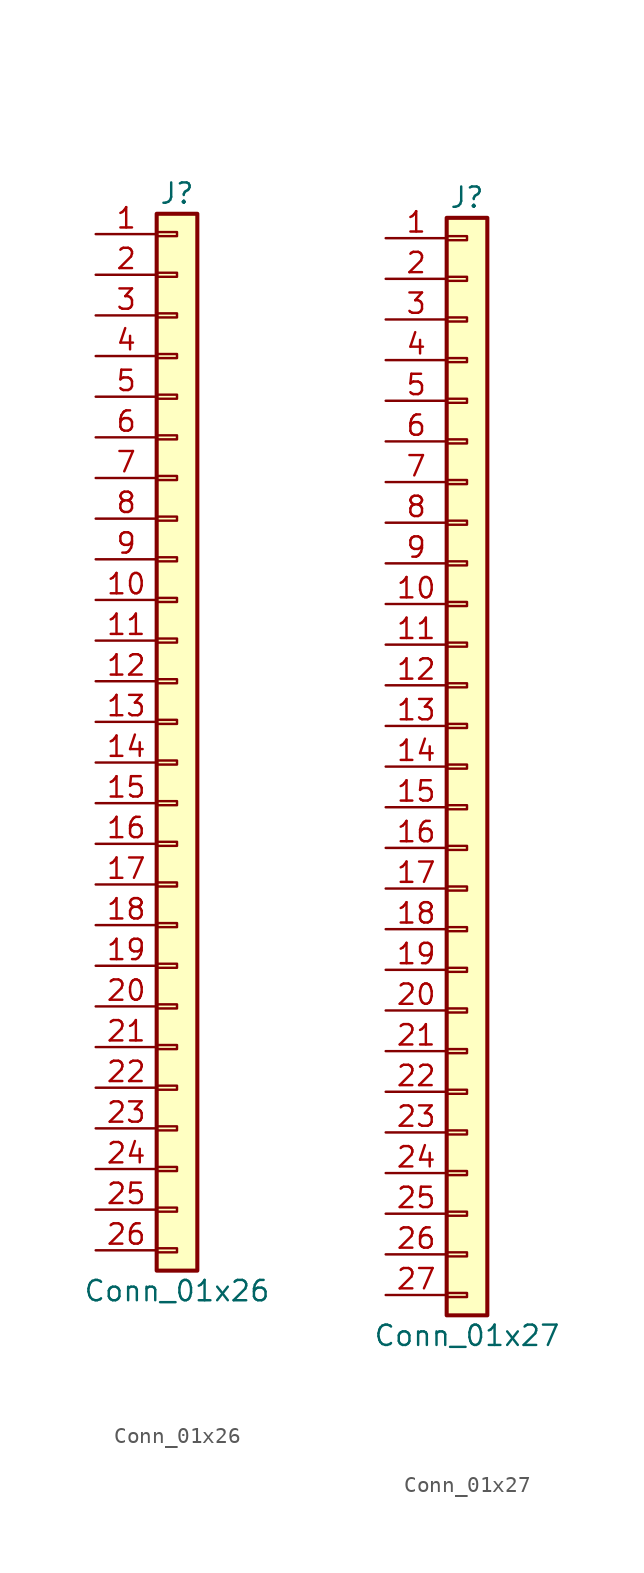
<source format=kicad_sym>
(kicad_symbol_lib
  (version 20201005)
  (generator kicad_symbol_editor)
  (symbol "Conn_01x26"
    (pin_names
      (offset 1.016) hide)
    (property "Reference" "J"
      (at 0 33.02 0)
      (effects (font (size 1.27 1.27))))
    (property "Value" "Conn_01x26"
      (at 0 -35.56 0)
      (effects (font (size 1.27 1.27))))
    (symbol "Conn_01x26_1_1"
      (rectangle (start -1.27 -32.893) (end 0 -33.147) (stroke (width 0.152)) (fill (type none)))
      (rectangle (start -1.27 -30.353) (end 0 -30.607) (stroke (width 0.152)) (fill (type none)))
      (rectangle (start -1.27 -27.813) (end 0 -28.067) (stroke (width 0.152)) (fill (type none)))
      (rectangle (start -1.27 -25.273) (end 0 -25.527) (stroke (width 0.152)) (fill (type none)))
      (rectangle (start -1.27 -22.733) (end 0 -22.987) (stroke (width 0.152)) (fill (type none)))
      (rectangle (start -1.27 -20.193) (end 0 -20.447) (stroke (width 0.152)) (fill (type none)))
      (rectangle (start -1.27 -17.653) (end 0 -17.907) (stroke (width 0.152)) (fill (type none)))
      (rectangle (start -1.27 -15.113) (end 0 -15.367) (stroke (width 0.152)) (fill (type none)))
      (rectangle (start -1.27 -12.573) (end 0 -12.827) (stroke (width 0.152)) (fill (type none)))
      (rectangle (start -1.27 -10.033) (end 0 -10.287) (stroke (width 0.152)) (fill (type none)))
      (rectangle (start -1.27 -7.493) (end 0 -7.747) (stroke (width 0.152)) (fill (type none)))
      (rectangle (start -1.27 -4.953) (end 0 -5.207) (stroke (width 0.152)) (fill (type none)))
      (rectangle (start -1.27 -2.413) (end 0 -2.667) (stroke (width 0.152)) (fill (type none)))
      (rectangle (start -1.27 0.127) (end 0 -0.127) (stroke (width 0.152)) (fill (type none)))
      (rectangle (start -1.27 2.667) (end 0 2.413) (stroke (width 0.152)) (fill (type none)))
      (rectangle (start -1.27 5.207) (end 0 4.953) (stroke (width 0.152)) (fill (type none)))
      (rectangle (start -1.27 7.747) (end 0 7.493) (stroke (width 0.152)) (fill (type none)))
      (rectangle (start -1.27 10.287) (end 0 10.033) (stroke (width 0.152)) (fill (type none)))
      (rectangle (start -1.27 12.827) (end 0 12.573) (stroke (width 0.152)) (fill (type none)))
      (rectangle (start -1.27 15.367) (end 0 15.113) (stroke (width 0.152)) (fill (type none)))
      (rectangle (start -1.27 17.907) (end 0 17.653) (stroke (width 0.152)) (fill (type none)))
      (rectangle (start -1.27 20.447) (end 0 20.193) (stroke (width 0.152)) (fill (type none)))
      (rectangle (start -1.27 22.987) (end 0 22.733) (stroke (width 0.152)) (fill (type none)))
      (rectangle (start -1.27 25.527) (end 0 25.273) (stroke (width 0.152)) (fill (type none)))
      (rectangle (start -1.27 28.067) (end 0 27.813) (stroke (width 0.152)) (fill (type none)))
      (rectangle (start -1.27 30.607) (end 0 30.353) (stroke (width 0.152)) (fill (type none)))
      (rectangle (start -1.27 31.75) (end 1.27 -34.29) (stroke (width 0.254)) (fill (type background)))
      (pin passive line (at -5.08 30.48 0) (length 3.81) (name "Pin_1" (effects (font (size 1.27 1.27)))) (number "1" (effects (font (size 1.27 1.27)))))
      (pin passive line (at -5.08 7.62 0) (length 3.81) (name "Pin_10" (effects (font (size 1.27 1.27)))) (number "10" (effects (font (size 1.27 1.27)))))
      (pin passive line (at -5.08 5.08 0) (length 3.81) (name "Pin_11" (effects (font (size 1.27 1.27)))) (number "11" (effects (font (size 1.27 1.27)))))
      (pin passive line (at -5.08 2.54 0) (length 3.81) (name "Pin_12" (effects (font (size 1.27 1.27)))) (number "12" (effects (font (size 1.27 1.27)))))
      (pin passive line (at -5.08 0 0) (length 3.81) (name "Pin_13" (effects (font (size 1.27 1.27)))) (number "13" (effects (font (size 1.27 1.27)))))
      (pin passive line (at -5.08 -2.54 0) (length 3.81) (name "Pin_14" (effects (font (size 1.27 1.27)))) (number "14" (effects (font (size 1.27 1.27)))))
      (pin passive line (at -5.08 -5.08 0) (length 3.81) (name "Pin_15" (effects (font (size 1.27 1.27)))) (number "15" (effects (font (size 1.27 1.27)))))
      (pin passive line (at -5.08 -7.62 0) (length 3.81) (name "Pin_16" (effects (font (size 1.27 1.27)))) (number "16" (effects (font (size 1.27 1.27)))))
      (pin passive line (at -5.08 -10.16 0) (length 3.81) (name "Pin_17" (effects (font (size 1.27 1.27)))) (number "17" (effects (font (size 1.27 1.27)))))
      (pin passive line (at -5.08 -12.7 0) (length 3.81) (name "Pin_18" (effects (font (size 1.27 1.27)))) (number "18" (effects (font (size 1.27 1.27)))))
      (pin passive line (at -5.08 -15.24 0) (length 3.81) (name "Pin_19" (effects (font (size 1.27 1.27)))) (number "19" (effects (font (size 1.27 1.27)))))
      (pin passive line (at -5.08 27.94 0) (length 3.81) (name "Pin_2" (effects (font (size 1.27 1.27)))) (number "2" (effects (font (size 1.27 1.27)))))
      (pin passive line (at -5.08 -17.78 0) (length 3.81) (name "Pin_20" (effects (font (size 1.27 1.27)))) (number "20" (effects (font (size 1.27 1.27)))))
      (pin passive line (at -5.08 -20.32 0) (length 3.81) (name "Pin_21" (effects (font (size 1.27 1.27)))) (number "21" (effects (font (size 1.27 1.27)))))
      (pin passive line (at -5.08 -22.86 0) (length 3.81) (name "Pin_22" (effects (font (size 1.27 1.27)))) (number "22" (effects (font (size 1.27 1.27)))))
      (pin passive line (at -5.08 -25.4 0) (length 3.81) (name "Pin_23" (effects (font (size 1.27 1.27)))) (number "23" (effects (font (size 1.27 1.27)))))
      (pin passive line (at -5.08 -27.94 0) (length 3.81) (name "Pin_24" (effects (font (size 1.27 1.27)))) (number "24" (effects (font (size 1.27 1.27)))))
      (pin passive line (at -5.08 -30.48 0) (length 3.81) (name "Pin_25" (effects (font (size 1.27 1.27)))) (number "25" (effects (font (size 1.27 1.27)))))
      (pin passive line (at -5.08 -33.02 0) (length 3.81) (name "Pin_26" (effects (font (size 1.27 1.27)))) (number "26" (effects (font (size 1.27 1.27)))))
      (pin passive line (at -5.08 25.4 0) (length 3.81) (name "Pin_3" (effects (font (size 1.27 1.27)))) (number "3" (effects (font (size 1.27 1.27)))))
      (pin passive line (at -5.08 22.86 0) (length 3.81) (name "Pin_4" (effects (font (size 1.27 1.27)))) (number "4" (effects (font (size 1.27 1.27)))))
      (pin passive line (at -5.08 20.32 0) (length 3.81) (name "Pin_5" (effects (font (size 1.27 1.27)))) (number "5" (effects (font (size 1.27 1.27)))))
      (pin passive line (at -5.08 17.78 0) (length 3.81) (name "Pin_6" (effects (font (size 1.27 1.27)))) (number "6" (effects (font (size 1.27 1.27)))))
      (pin passive line (at -5.08 15.24 0) (length 3.81) (name "Pin_7" (effects (font (size 1.27 1.27)))) (number "7" (effects (font (size 1.27 1.27)))))
      (pin passive line (at -5.08 12.7 0) (length 3.81) (name "Pin_8" (effects (font (size 1.27 1.27)))) (number "8" (effects (font (size 1.27 1.27)))))
      (pin passive line (at -5.08 10.16 0) (length 3.81) (name "Pin_9" (effects (font (size 1.27 1.27)))) (number "9" (effects (font (size 1.27 1.27)))))))
  (symbol "Conn_01x27"
    (pin_names
      (offset 1.016) hide)
    (property "Reference" "J"
      (at 0 35.56 0)
      (effects (font (size 1.27 1.27))))
    (property "Value" "Conn_01x27"
      (at 0 -35.56 0)
      (effects (font (size 1.27 1.27))))
    (symbol "Conn_01x27_1_1"
      (rectangle (start -1.27 -32.893) (end 0 -33.147) (stroke (width 0.152)) (fill (type none)))
      (rectangle (start -1.27 -30.353) (end 0 -30.607) (stroke (width 0.152)) (fill (type none)))
      (rectangle (start -1.27 -27.813) (end 0 -28.067) (stroke (width 0.152)) (fill (type none)))
      (rectangle (start -1.27 -25.273) (end 0 -25.527) (stroke (width 0.152)) (fill (type none)))
      (rectangle (start -1.27 -22.733) (end 0 -22.987) (stroke (width 0.152)) (fill (type none)))
      (rectangle (start -1.27 -20.193) (end 0 -20.447) (stroke (width 0.152)) (fill (type none)))
      (rectangle (start -1.27 -17.653) (end 0 -17.907) (stroke (width 0.152)) (fill (type none)))
      (rectangle (start -1.27 -15.113) (end 0 -15.367) (stroke (width 0.152)) (fill (type none)))
      (rectangle (start -1.27 -12.573) (end 0 -12.827) (stroke (width 0.152)) (fill (type none)))
      (rectangle (start -1.27 -10.033) (end 0 -10.287) (stroke (width 0.152)) (fill (type none)))
      (rectangle (start -1.27 -7.493) (end 0 -7.747) (stroke (width 0.152)) (fill (type none)))
      (rectangle (start -1.27 -4.953) (end 0 -5.207) (stroke (width 0.152)) (fill (type none)))
      (rectangle (start -1.27 -2.413) (end 0 -2.667) (stroke (width 0.152)) (fill (type none)))
      (rectangle (start -1.27 0.127) (end 0 -0.127) (stroke (width 0.152)) (fill (type none)))
      (rectangle (start -1.27 2.667) (end 0 2.413) (stroke (width 0.152)) (fill (type none)))
      (rectangle (start -1.27 5.207) (end 0 4.953) (stroke (width 0.152)) (fill (type none)))
      (rectangle (start -1.27 7.747) (end 0 7.493) (stroke (width 0.152)) (fill (type none)))
      (rectangle (start -1.27 10.287) (end 0 10.033) (stroke (width 0.152)) (fill (type none)))
      (rectangle (start -1.27 12.827) (end 0 12.573) (stroke (width 0.152)) (fill (type none)))
      (rectangle (start -1.27 15.367) (end 0 15.113) (stroke (width 0.152)) (fill (type none)))
      (rectangle (start -1.27 17.907) (end 0 17.653) (stroke (width 0.152)) (fill (type none)))
      (rectangle (start -1.27 20.447) (end 0 20.193) (stroke (width 0.152)) (fill (type none)))
      (rectangle (start -1.27 22.987) (end 0 22.733) (stroke (width 0.152)) (fill (type none)))
      (rectangle (start -1.27 25.527) (end 0 25.273) (stroke (width 0.152)) (fill (type none)))
      (rectangle (start -1.27 28.067) (end 0 27.813) (stroke (width 0.152)) (fill (type none)))
      (rectangle (start -1.27 30.607) (end 0 30.353) (stroke (width 0.152)) (fill (type none)))
      (rectangle (start -1.27 33.147) (end 0 32.893) (stroke (width 0.152)) (fill (type none)))
      (rectangle (start -1.27 34.29) (end 1.27 -34.29) (stroke (width 0.254)) (fill (type background)))
      (pin passive line (at -5.08 33.02 0) (length 3.81) (name "Pin_1" (effects (font (size 1.27 1.27)))) (number "1" (effects (font (size 1.27 1.27)))))
      (pin passive line (at -5.08 10.16 0) (length 3.81) (name "Pin_10" (effects (font (size 1.27 1.27)))) (number "10" (effects (font (size 1.27 1.27)))))
      (pin passive line (at -5.08 7.62 0) (length 3.81) (name "Pin_11" (effects (font (size 1.27 1.27)))) (number "11" (effects (font (size 1.27 1.27)))))
      (pin passive line (at -5.08 5.08 0) (length 3.81) (name "Pin_12" (effects (font (size 1.27 1.27)))) (number "12" (effects (font (size 1.27 1.27)))))
      (pin passive line (at -5.08 2.54 0) (length 3.81) (name "Pin_13" (effects (font (size 1.27 1.27)))) (number "13" (effects (font (size 1.27 1.27)))))
      (pin passive line (at -5.08 0 0) (length 3.81) (name "Pin_14" (effects (font (size 1.27 1.27)))) (number "14" (effects (font (size 1.27 1.27)))))
      (pin passive line (at -5.08 -2.54 0) (length 3.81) (name "Pin_15" (effects (font (size 1.27 1.27)))) (number "15" (effects (font (size 1.27 1.27)))))
      (pin passive line (at -5.08 -5.08 0) (length 3.81) (name "Pin_16" (effects (font (size 1.27 1.27)))) (number "16" (effects (font (size 1.27 1.27)))))
      (pin passive line (at -5.08 -7.62 0) (length 3.81) (name "Pin_17" (effects (font (size 1.27 1.27)))) (number "17" (effects (font (size 1.27 1.27)))))
      (pin passive line (at -5.08 -10.16 0) (length 3.81) (name "Pin_18" (effects (font (size 1.27 1.27)))) (number "18" (effects (font (size 1.27 1.27)))))
      (pin passive line (at -5.08 -12.7 0) (length 3.81) (name "Pin_19" (effects (font (size 1.27 1.27)))) (number "19" (effects (font (size 1.27 1.27)))))
      (pin passive line (at -5.08 30.48 0) (length 3.81) (name "Pin_2" (effects (font (size 1.27 1.27)))) (number "2" (effects (font (size 1.27 1.27)))))
      (pin passive line (at -5.08 -15.24 0) (length 3.81) (name "Pin_20" (effects (font (size 1.27 1.27)))) (number "20" (effects (font (size 1.27 1.27)))))
      (pin passive line (at -5.08 -17.78 0) (length 3.81) (name "Pin_21" (effects (font (size 1.27 1.27)))) (number "21" (effects (font (size 1.27 1.27)))))
      (pin passive line (at -5.08 -20.32 0) (length 3.81) (name "Pin_22" (effects (font (size 1.27 1.27)))) (number "22" (effects (font (size 1.27 1.27)))))
      (pin passive line (at -5.08 -22.86 0) (length 3.81) (name "Pin_23" (effects (font (size 1.27 1.27)))) (number "23" (effects (font (size 1.27 1.27)))))
      (pin passive line (at -5.08 -25.4 0) (length 3.81) (name "Pin_24" (effects (font (size 1.27 1.27)))) (number "24" (effects (font (size 1.27 1.27)))))
      (pin passive line (at -5.08 -27.94 0) (length 3.81) (name "Pin_25" (effects (font (size 1.27 1.27)))) (number "25" (effects (font (size 1.27 1.27)))))
      (pin passive line (at -5.08 -30.48 0) (length 3.81) (name "Pin_26" (effects (font (size 1.27 1.27)))) (number "26" (effects (font (size 1.27 1.27)))))
      (pin passive line (at -5.08 -33.02 0) (length 3.81) (name "Pin_27" (effects (font (size 1.27 1.27)))) (number "27" (effects (font (size 1.27 1.27)))))
      (pin passive line (at -5.08 27.94 0) (length 3.81) (name "Pin_3" (effects (font (size 1.27 1.27)))) (number "3" (effects (font (size 1.27 1.27)))))
      (pin passive line (at -5.08 25.4 0) (length 3.81) (name "Pin_4" (effects (font (size 1.27 1.27)))) (number "4" (effects (font (size 1.27 1.27)))))
      (pin passive line (at -5.08 22.86 0) (length 3.81) (name "Pin_5" (effects (font (size 1.27 1.27)))) (number "5" (effects (font (size 1.27 1.27)))))
      (pin passive line (at -5.08 20.32 0) (length 3.81) (name "Pin_6" (effects (font (size 1.27 1.27)))) (number "6" (effects (font (size 1.27 1.27)))))
      (pin passive line (at -5.08 17.78 0) (length 3.81) (name "Pin_7" (effects (font (size 1.27 1.27)))) (number "7" (effects (font (size 1.27 1.27)))))
      (pin passive line (at -5.08 15.24 0) (length 3.81) (name "Pin_8" (effects (font (size 1.27 1.27)))) (number "8" (effects (font (size 1.27 1.27)))))
      (pin passive line (at -5.08 12.7 0) (length 3.81) (name "Pin_9" (effects (font (size 1.27 1.27)))) (number "9" (effects (font (size 1.27 1.27))))))))
</source>
